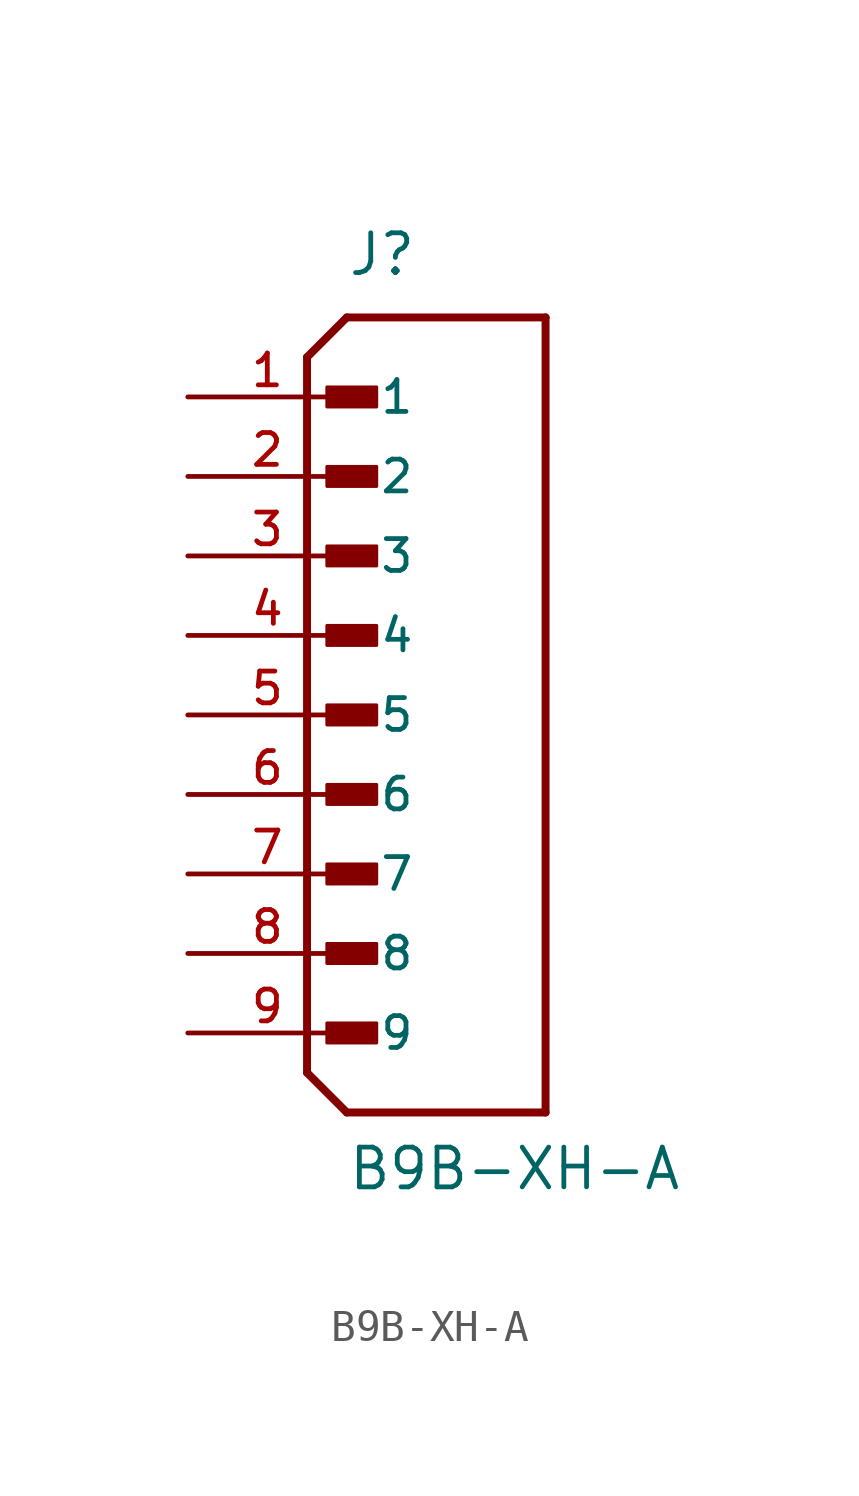
<source format=kicad_sym>
(kicad_symbol_lib
  (version 20211014)
  (generator kicad_symbol_editor)
  (symbol "B9B-XH-A"
    (pin_names
      (offset 1.016))
    (property "Reference" "J"
      (at -2.54 13.97 0)
      (effects (font (size 1.27 1.27)) (justify bottom left)))
    (property "Value" "B9B-XH-A"
      (at -2.54 -15.24 0)
      (effects (font (size 1.27 1.27)) (justify bottom left)))
    (symbol "B9B-XH-A_0_0"
      (polyline (pts (xy -3.81 11.43) (xy -2.54 12.7)) (stroke (width 0.254)))
      (polyline (pts (xy -3.81 11.43) (xy -3.81 -11.43)) (stroke (width 0.254)))
      (polyline (pts (xy -3.81 -11.43) (xy -2.54 -12.7)) (stroke (width 0.254)))
      (polyline (pts (xy -2.54 -12.7) (xy 3.81 -12.7)) (stroke (width 0.254)))
      (polyline (pts (xy 3.81 -12.7) (xy 3.81 12.7)) (stroke (width 0.254)))
      (polyline (pts (xy 3.81 12.7) (xy -2.54 12.7)) (stroke (width 0.254)))
      (rectangle (start -3.175 9.842) (end -1.587 10.477) (stroke (width 0.1)) (fill (type outline)))
      (rectangle (start -3.175 7.303) (end -1.587 7.938) (stroke (width 0.1)) (fill (type outline)))
      (rectangle (start -3.175 4.763) (end -1.587 5.397) (stroke (width 0.1)) (fill (type outline)))
      (rectangle (start -3.175 2.223) (end -1.587 2.857) (stroke (width 0.1)) (fill (type outline)))
      (rectangle (start -3.175 -0.318) (end -1.587 0.318) (stroke (width 0.1)) (fill (type outline)))
      (rectangle (start -3.175 -2.857) (end -1.587 -2.223) (stroke (width 0.1)) (fill (type outline)))
      (rectangle (start -3.175 -5.397) (end -1.587 -4.763) (stroke (width 0.1)) (fill (type outline)))
      (rectangle (start -3.175 -7.938) (end -1.587 -7.303) (stroke (width 0.1)) (fill (type outline)))
      (rectangle (start -3.175 -10.477) (end -1.587 -9.842) (stroke (width 0.1)) (fill (type outline)))
      (pin passive line (at -7.62 10.16 0) (length 5.08) (name "1" (effects (font (size 1.016 1.016)))) (number "1" (effects (font (size 1.016 1.016)))))
      (pin passive line (at -7.62 7.62 0) (length 5.08) (name "2" (effects (font (size 1.016 1.016)))) (number "2" (effects (font (size 1.016 1.016)))))
      (pin passive line (at -7.62 5.08 0) (length 5.08) (name "3" (effects (font (size 1.016 1.016)))) (number "3" (effects (font (size 1.016 1.016)))))
      (pin passive line (at -7.62 2.54 0) (length 5.08) (name "4" (effects (font (size 1.016 1.016)))) (number "4" (effects (font (size 1.016 1.016)))))
      (pin passive line (at -7.62 0.0 0) (length 5.08) (name "5" (effects (font (size 1.016 1.016)))) (number "5" (effects (font (size 1.016 1.016)))))
      (pin passive line (at -7.62 -2.54 0) (length 5.08) (name "6" (effects (font (size 1.016 1.016)))) (number "6" (effects (font (size 1.016 1.016)))))
      (pin passive line (at -7.62 -5.08 0) (length 5.08) (name "7" (effects (font (size 1.016 1.016)))) (number "7" (effects (font (size 1.016 1.016)))))
      (pin passive line (at -7.62 -7.62 0) (length 5.08) (name "8" (effects (font (size 1.016 1.016)))) (number "8" (effects (font (size 1.016 1.016)))))
      (pin passive line (at -7.62 -10.16 0) (length 5.08) (name "9" (effects (font (size 1.016 1.016)))) (number "9" (effects (font (size 1.016 1.016))))))))
</source>
